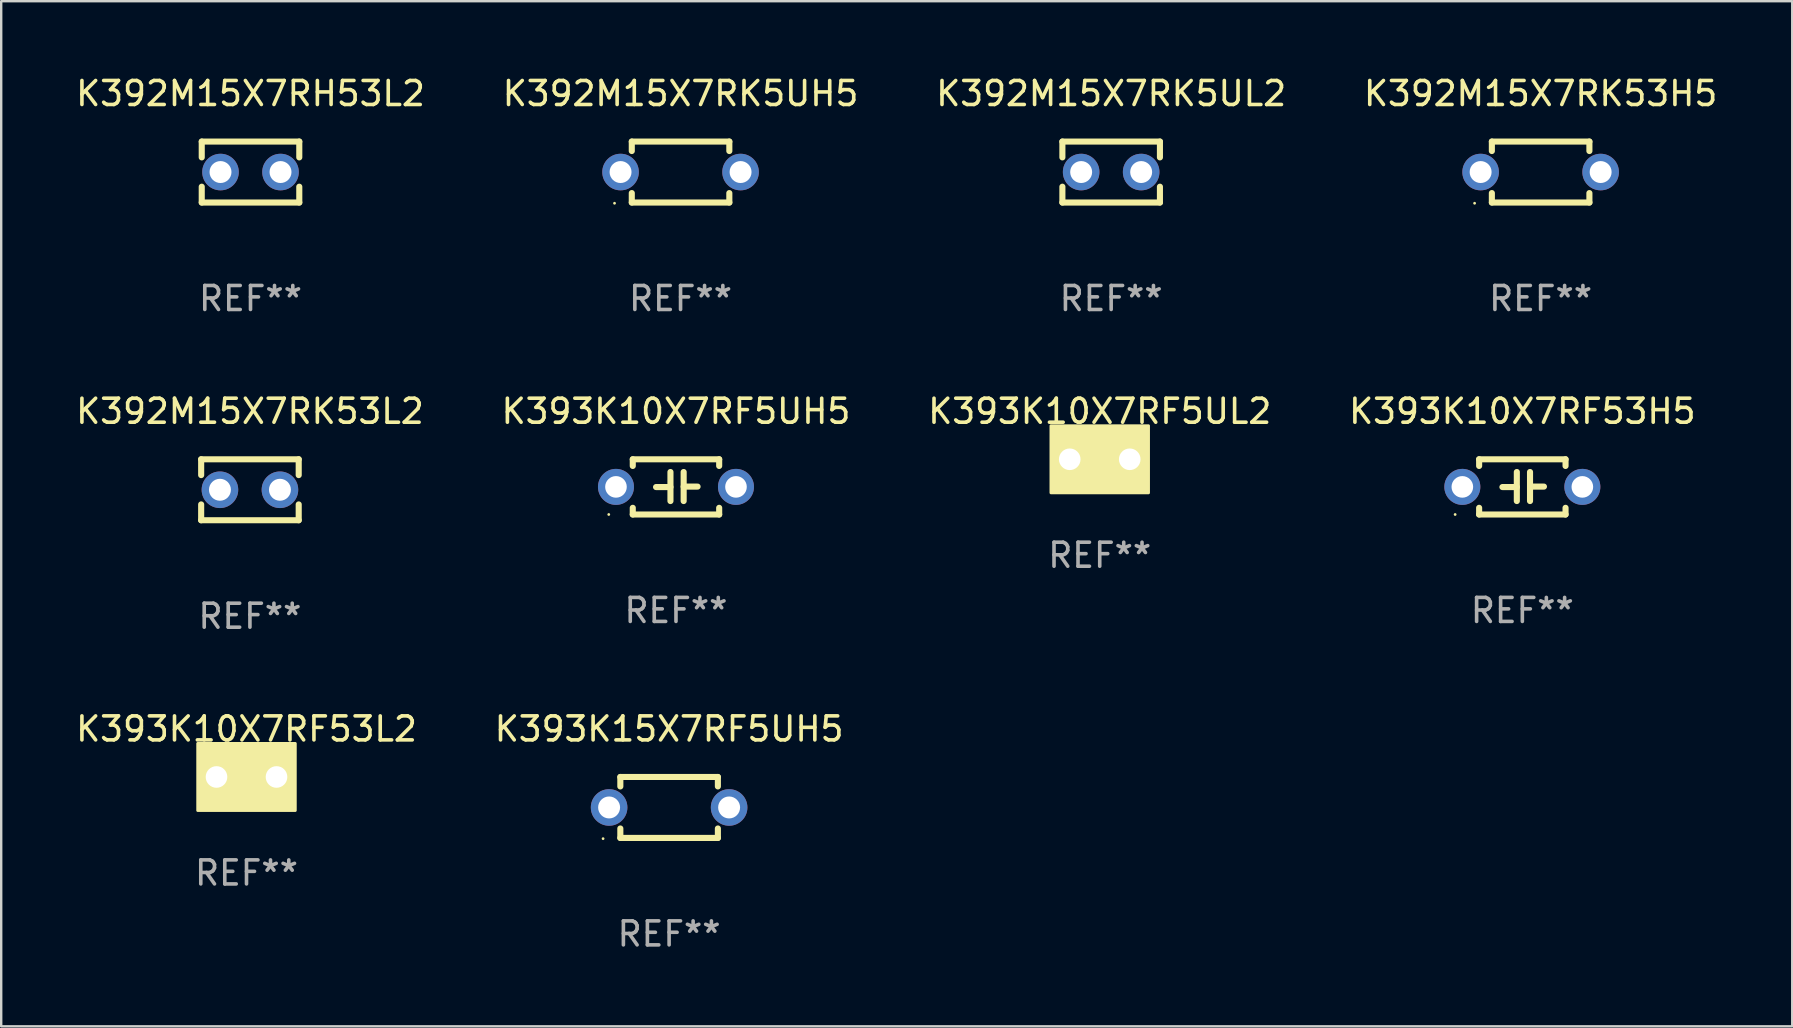
<source format=kicad_pcb>
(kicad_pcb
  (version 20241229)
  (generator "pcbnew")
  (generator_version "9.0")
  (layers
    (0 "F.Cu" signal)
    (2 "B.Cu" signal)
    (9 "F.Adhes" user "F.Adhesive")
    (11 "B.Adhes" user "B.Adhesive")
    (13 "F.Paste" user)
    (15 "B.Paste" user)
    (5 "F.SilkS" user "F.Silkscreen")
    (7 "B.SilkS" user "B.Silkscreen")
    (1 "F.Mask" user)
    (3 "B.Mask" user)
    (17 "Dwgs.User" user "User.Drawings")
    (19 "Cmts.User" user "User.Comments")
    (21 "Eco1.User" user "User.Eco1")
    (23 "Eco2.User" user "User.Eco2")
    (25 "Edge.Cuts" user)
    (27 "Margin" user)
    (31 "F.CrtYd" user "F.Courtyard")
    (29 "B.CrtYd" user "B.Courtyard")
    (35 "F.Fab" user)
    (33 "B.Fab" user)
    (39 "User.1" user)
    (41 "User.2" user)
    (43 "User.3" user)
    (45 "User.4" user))
  (footprint "K393K10X7RF5UL2"
    (layer "F.Cu")
    (at 42.768 16.085)
    (property "Reference" "K393K10X7RF5UL2" (at 0 -2 0) (layer "F.SilkS") (effects (font (size 1 1) (thickness 0.15))))
    (attr through_hole)
    (fp_circle (center -1.8 1.15) (end -1.77 1.15) (stroke (width 0.06) (type solid)) (fill no) (layer "F.SilkS"))
    (fp_poly (pts (xy -2.032 -1.397) (xy 2.032 -1.397) (xy 2.032 1.397) (xy -2.032 1.397)) (stroke (width 0.12) (type solid)) (fill yes) (layer "F.SilkS"))
    (fp_text user "REF**" (at 0 4 0) (layer "F.Fab") (effects (font (size 1 1) (thickness 0.15))))
    (pad "1" thru_hole circle (at -1.25 0) (size 1.5 1.5) (drill 0.9) (layers "*.Cu" "*.Mask"))
    (pad "2" thru_hole circle (at 1.25 0) (size 1.5 1.5) (drill 0.9) (layers "*.Cu" "*.Mask")))
  (footprint "K393K10X7RF53L2"
    (layer "F.Cu")
    (at 7.22 29.321)
    (property "Reference" "K393K10X7RF53L2" (at 0 -2 0) (layer "F.SilkS") (effects (font (size 1 1) (thickness 0.15))))
    (attr through_hole)
    (fp_circle (center -1.8 1.15) (end -1.77 1.15) (stroke (width 0.06) (type solid)) (fill no) (layer "F.SilkS"))
    (fp_poly (pts (xy -2.032 -1.397) (xy 2.032 -1.397) (xy 2.032 1.397) (xy -2.032 1.397)) (stroke (width 0.12) (type solid)) (fill yes) (layer "F.SilkS"))
    (fp_text user "REF**" (at 0 4 0) (layer "F.Fab") (effects (font (size 1 1) (thickness 0.15))))
    (pad "1" thru_hole circle (at -1.25 0) (size 1.5 1.5) (drill 0.9) (layers "*.Cu" "*.Mask"))
    (pad "2" thru_hole circle (at 1.25 0) (size 1.5 1.5) (drill 0.9) (layers "*.Cu" "*.Mask")))
  (footprint "K392M15X7RK5UH5"
    (layer "F.Cu")
    (at 25.304 4.118)
    (property "Reference" "K392M15X7RK5UH5" (at 0 -3.27 0) (layer "F.SilkS") (effects (font (size 1 1) (thickness 0.15))))
    (attr through_hole)
    (fp_line (start -2.032 -1.27) (end -2.032 -0.876) (stroke (width 0.254) (type solid)) (layer "F.SilkS"))
    (fp_line (start -2.032 0.876) (end -2.032 1.27) (stroke (width 0.254) (type solid)) (layer "F.SilkS"))
    (fp_line (start -2.032 1.27) (end 2.032 1.27) (stroke (width 0.254) (type solid)) (layer "F.SilkS"))
    (fp_line (start 2.032 -1.27) (end -2.032 -1.27) (stroke (width 0.254) (type solid)) (layer "F.SilkS"))
    (fp_line (start 2.032 -0.876) (end 2.032 -1.27) (stroke (width 0.254) (type solid)) (layer "F.SilkS"))
    (fp_line (start 2.032 1.27) (end 2.032 0.876) (stroke (width 0.254) (type solid)) (layer "F.SilkS"))
    (fp_circle (center -2.751 1.3) (end -2.721 1.3) (stroke (width 0.06) (type solid)) (fill no) (layer "F.SilkS"))
    (fp_text user "REF**" (at 0 5.27 0) (layer "F.Fab") (effects (font (size 1 1) (thickness 0.15))))
    (pad "1" thru_hole circle (at -2.5 0) (size 1.524 1.524) (drill 0.914) (layers "*.Cu" "*.Mask"))
    (pad "2" thru_hole circle (at 2.5 0) (size 1.524 1.524) (drill 0.914) (layers "*.Cu" "*.Mask")))
  (footprint "K392M15X7RK53H5"
    (layer "F.Cu")
    (at 61.137 4.118)
    (property "Reference" "K392M15X7RK53H5" (at 0 -3.27 0) (layer "F.SilkS") (effects (font (size 1 1) (thickness 0.15))))
    (attr through_hole)
    (fp_line (start -2.032 -1.27) (end -2.032 -0.876) (stroke (width 0.254) (type solid)) (layer "F.SilkS"))
    (fp_line (start -2.032 0.876) (end -2.032 1.27) (stroke (width 0.254) (type solid)) (layer "F.SilkS"))
    (fp_line (start -2.032 1.27) (end 2.032 1.27) (stroke (width 0.254) (type solid)) (layer "F.SilkS"))
    (fp_line (start 2.032 -1.27) (end -2.032 -1.27) (stroke (width 0.254) (type solid)) (layer "F.SilkS"))
    (fp_line (start 2.032 -0.876) (end 2.032 -1.27) (stroke (width 0.254) (type solid)) (layer "F.SilkS"))
    (fp_line (start 2.032 1.27) (end 2.032 0.876) (stroke (width 0.254) (type solid)) (layer "F.SilkS"))
    (fp_circle (center -2.751 1.3) (end -2.721 1.3) (stroke (width 0.06) (type solid)) (fill no) (layer "F.SilkS"))
    (fp_text user "REF**" (at 0 5.27 0) (layer "F.Fab") (effects (font (size 1 1) (thickness 0.15))))
    (pad "1" thru_hole circle (at -2.5 0) (size 1.524 1.524) (drill 0.914) (layers "*.Cu" "*.Mask"))
    (pad "2" thru_hole circle (at 2.5 0) (size 1.524 1.524) (drill 0.914) (layers "*.Cu" "*.Mask")))
  (footprint "K392M15X7RK53L2"
    (layer "F.Cu")
    (at 7.363 17.355)
    (property "Reference" "K392M15X7RK53L2" (at 0 -3.27 0) (layer "F.SilkS") (effects (font (size 1 1) (thickness 0.15))))
    (attr through_hole)
    (fp_line (start -2.032 -1.27) (end -2.032 -0.611) (stroke (width 0.254) (type solid)) (layer "F.SilkS"))
    (fp_line (start -2.032 0.611) (end -2.032 1.27) (stroke (width 0.254) (type solid)) (layer "F.SilkS"))
    (fp_line (start -2.032 1.27) (end 2.032 1.27) (stroke (width 0.254) (type solid)) (layer "F.SilkS"))
    (fp_line (start 2.032 -1.27) (end -2.032 -1.27) (stroke (width 0.254) (type solid)) (layer "F.SilkS"))
    (fp_line (start 2.032 -0.611) (end 2.032 -1.27) (stroke (width 0.254) (type solid)) (layer "F.SilkS"))
    (fp_line (start 2.032 1.27) (end 2.032 0.611) (stroke (width 0.254) (type solid)) (layer "F.SilkS"))
    (fp_circle (center -2 1.3) (end -1.97 1.3) (stroke (width 0.06) (type solid)) (fill no) (layer "F.SilkS"))
    (fp_text user "REF**" (at 0 5.27 0) (layer "F.Fab") (effects (font (size 1 1) (thickness 0.15))))
    (pad "1" thru_hole circle (at -1.25 0) (size 1.524 1.524) (drill 0.914) (layers "*.Cu" "*.Mask"))
    (pad "2" thru_hole circle (at 1.25 0) (size 1.524 1.524) (drill 0.914) (layers "*.Cu" "*.Mask")))
  (footprint "K393K10X7RF5UH5"
    (layer "F.Cu")
    (at 25.113 17.235)
    (property "Reference" "K393K10X7RF5UH5" (at 0 -3.15 0) (layer "F.SilkS") (effects (font (size 1 1) (thickness 0.15))))
    (attr through_hole)
    (fp_line (start -1.8 -1.15) (end -1.8 -0.872) (stroke (width 0.254) (type solid)) (layer "F.SilkS"))
    (fp_line (start -1.8 -1.15) (end 1.8 -1.15) (stroke (width 0.254) (type solid)) (layer "F.SilkS"))
    (fp_line (start -1.8 0.872) (end -1.8 1.15) (stroke (width 0.254) (type solid)) (layer "F.SilkS"))
    (fp_line (start -1.8 1.15) (end 1.8 1.15) (stroke (width 0.254) (type solid)) (layer "F.SilkS"))
    (fp_line (start -0.23 -0.62) (end -0.23 0.59) (stroke (width 0.254) (type solid)) (layer "F.SilkS"))
    (fp_line (start -0.23 0.007) (end -0.83 0.007) (stroke (width 0.254) (type solid)) (layer "F.SilkS"))
    (fp_line (start 0.32 -0.62) (end 0.32 0.59) (stroke (width 0.254) (type solid)) (layer "F.SilkS"))
    (fp_line (start 0.32 -0.012) (end 0.9 -0.012) (stroke (width 0.254) (type solid)) (layer "F.SilkS"))
    (fp_line (start 1.8 -1.15) (end 1.8 -0.872) (stroke (width 0.254) (type solid)) (layer "F.SilkS"))
    (fp_line (start 1.8 0.872) (end 1.8 1.15) (stroke (width 0.254) (type solid)) (layer "F.SilkS"))
    (fp_circle (center -2.8 1.15) (end -2.77 1.15) (stroke (width 0.06) (type solid)) (fill no) (layer "F.SilkS"))
    (fp_text user "REF**" (at 0 5.15 0) (layer "F.Fab") (effects (font (size 1 1) (thickness 0.15))))
    (pad "1" thru_hole circle (at -2.5 0) (size 1.5 1.5) (drill 0.9) (layers "*.Cu" "*.Mask"))
    (pad "2" thru_hole circle (at 2.5 0) (size 1.5 1.5) (drill 0.9) (layers "*.Cu" "*.Mask")))
  (footprint "K393K10X7RF53H5"
    (layer "F.Cu")
    (at 60.375 17.235)
    (property "Reference" "K393K10X7RF53H5" (at 0 -3.15 0) (layer "F.SilkS") (effects (font (size 1 1) (thickness 0.15))))
    (attr through_hole)
    (fp_line (start -1.8 -1.15) (end -1.8 -0.872) (stroke (width 0.254) (type solid)) (layer "F.SilkS"))
    (fp_line (start -1.8 -1.15) (end 1.8 -1.15) (stroke (width 0.254) (type solid)) (layer "F.SilkS"))
    (fp_line (start -1.8 0.872) (end -1.8 1.15) (stroke (width 0.254) (type solid)) (layer "F.SilkS"))
    (fp_line (start -1.8 1.15) (end 1.8 1.15) (stroke (width 0.254) (type solid)) (layer "F.SilkS"))
    (fp_line (start -0.23 -0.62) (end -0.23 0.59) (stroke (width 0.254) (type solid)) (layer "F.SilkS"))
    (fp_line (start -0.23 0.007) (end -0.83 0.007) (stroke (width 0.254) (type solid)) (layer "F.SilkS"))
    (fp_line (start 0.32 -0.62) (end 0.32 0.59) (stroke (width 0.254) (type solid)) (layer "F.SilkS"))
    (fp_line (start 0.32 -0.012) (end 0.9 -0.012) (stroke (width 0.254) (type solid)) (layer "F.SilkS"))
    (fp_line (start 1.8 -1.15) (end 1.8 -0.872) (stroke (width 0.254) (type solid)) (layer "F.SilkS"))
    (fp_line (start 1.8 0.872) (end 1.8 1.15) (stroke (width 0.254) (type solid)) (layer "F.SilkS"))
    (fp_circle (center -2.8 1.15) (end -2.77 1.15) (stroke (width 0.06) (type solid)) (fill no) (layer "F.SilkS"))
    (fp_text user "REF**" (at 0 5.15 0) (layer "F.Fab") (effects (font (size 1 1) (thickness 0.15))))
    (pad "1" thru_hole circle (at -2.5 0) (size 1.5 1.5) (drill 0.9) (layers "*.Cu" "*.Mask"))
    (pad "2" thru_hole circle (at 2.5 0) (size 1.5 1.5) (drill 0.9) (layers "*.Cu" "*.Mask")))
  (footprint "K392M15X7RH53L2"
    (layer "F.Cu")
    (at 7.387 4.118)
    (property "Reference" "K392M15X7RH53L2" (at 0 -3.27 0) (layer "F.SilkS") (effects (font (size 1 1) (thickness 0.15))))
    (attr through_hole)
    (fp_line (start -2.032 -1.27) (end -2.032 -0.611) (stroke (width 0.254) (type solid)) (layer "F.SilkS"))
    (fp_line (start -2.032 0.611) (end -2.032 1.27) (stroke (width 0.254) (type solid)) (layer "F.SilkS"))
    (fp_line (start -2.032 1.27) (end 2.032 1.27) (stroke (width 0.254) (type solid)) (layer "F.SilkS"))
    (fp_line (start 2.032 -1.27) (end -2.032 -1.27) (stroke (width 0.254) (type solid)) (layer "F.SilkS"))
    (fp_line (start 2.032 -0.611) (end 2.032 -1.27) (stroke (width 0.254) (type solid)) (layer "F.SilkS"))
    (fp_line (start 2.032 1.27) (end 2.032 0.611) (stroke (width 0.254) (type solid)) (layer "F.SilkS"))
    (fp_circle (center -2 1.3) (end -1.97 1.3) (stroke (width 0.06) (type solid)) (fill no) (layer "F.SilkS"))
    (fp_text user "REF**" (at 0 5.27 0) (layer "F.Fab") (effects (font (size 1 1) (thickness 0.15))))
    (pad "1" thru_hole circle (at -1.25 0) (size 1.524 1.524) (drill 0.914) (layers "*.Cu" "*.Mask"))
    (pad "2" thru_hole circle (at 1.25 0) (size 1.524 1.524) (drill 0.914) (layers "*.Cu" "*.Mask")))
  (footprint "K392M15X7RK5UL2"
    (layer "F.Cu")
    (at 43.244 4.118)
    (property "Reference" "K392M15X7RK5UL2" (at 0 -3.27 0) (layer "F.SilkS") (effects (font (size 1 1) (thickness 0.15))))
    (attr through_hole)
    (fp_line (start -2.032 -1.27) (end -2.032 -0.611) (stroke (width 0.254) (type solid)) (layer "F.SilkS"))
    (fp_line (start -2.032 0.611) (end -2.032 1.27) (stroke (width 0.254) (type solid)) (layer "F.SilkS"))
    (fp_line (start -2.032 1.27) (end 2.032 1.27) (stroke (width 0.254) (type solid)) (layer "F.SilkS"))
    (fp_line (start 2.032 -1.27) (end -2.032 -1.27) (stroke (width 0.254) (type solid)) (layer "F.SilkS"))
    (fp_line (start 2.032 -0.611) (end 2.032 -1.27) (stroke (width 0.254) (type solid)) (layer "F.SilkS"))
    (fp_line (start 2.032 1.27) (end 2.032 0.611) (stroke (width 0.254) (type solid)) (layer "F.SilkS"))
    (fp_circle (center -2 1.3) (end -1.97 1.3) (stroke (width 0.06) (type solid)) (fill no) (layer "F.SilkS"))
    (fp_text user "REF**" (at 0 5.27 0) (layer "F.Fab") (effects (font (size 1 1) (thickness 0.15))))
    (pad "1" thru_hole circle (at -1.25 0) (size 1.524 1.524) (drill 0.914) (layers "*.Cu" "*.Mask"))
    (pad "2" thru_hole circle (at 1.25 0) (size 1.524 1.524) (drill 0.914) (layers "*.Cu" "*.Mask")))
  (footprint "K393K15X7RF5UH5"
    (layer "F.Cu")
    (at 24.827 30.591)
    (property "Reference" "K393K15X7RF5UH5" (at 0 -3.27 0) (layer "F.SilkS") (effects (font (size 1 1) (thickness 0.15))))
    (attr through_hole)
    (fp_line (start -2.032 -1.27) (end -2.032 -0.876) (stroke (width 0.254) (type solid)) (layer "F.SilkS"))
    (fp_line (start -2.032 0.876) (end -2.032 1.27) (stroke (width 0.254) (type solid)) (layer "F.SilkS"))
    (fp_line (start -2.032 1.27) (end 2.032 1.27) (stroke (width 0.254) (type solid)) (layer "F.SilkS"))
    (fp_line (start 2.032 -1.27) (end -2.032 -1.27) (stroke (width 0.254) (type solid)) (layer "F.SilkS"))
    (fp_line (start 2.032 -0.876) (end 2.032 -1.27) (stroke (width 0.254) (type solid)) (layer "F.SilkS"))
    (fp_line (start 2.032 1.27) (end 2.032 0.876) (stroke (width 0.254) (type solid)) (layer "F.SilkS"))
    (fp_circle (center -2.751 1.3) (end -2.721 1.3) (stroke (width 0.06) (type solid)) (fill no) (layer "F.SilkS"))
    (fp_text user "REF**" (at 0 5.27 0) (layer "F.Fab") (effects (font (size 1 1) (thickness 0.15))))
    (pad "1" thru_hole circle (at -2.5 0) (size 1.524 1.524) (drill 0.914) (layers "*.Cu" "*.Mask"))
    (pad "2" thru_hole circle (at 2.5 0) (size 1.524 1.524) (drill 0.914) (layers "*.Cu" "*.Mask")))
  (gr_rect
    (start -3 -3)
    (end 71.619 39.71)
    (stroke (width 0.1) (type default))
    (fill no)
    (layer "Edge.Cuts")))
</source>
